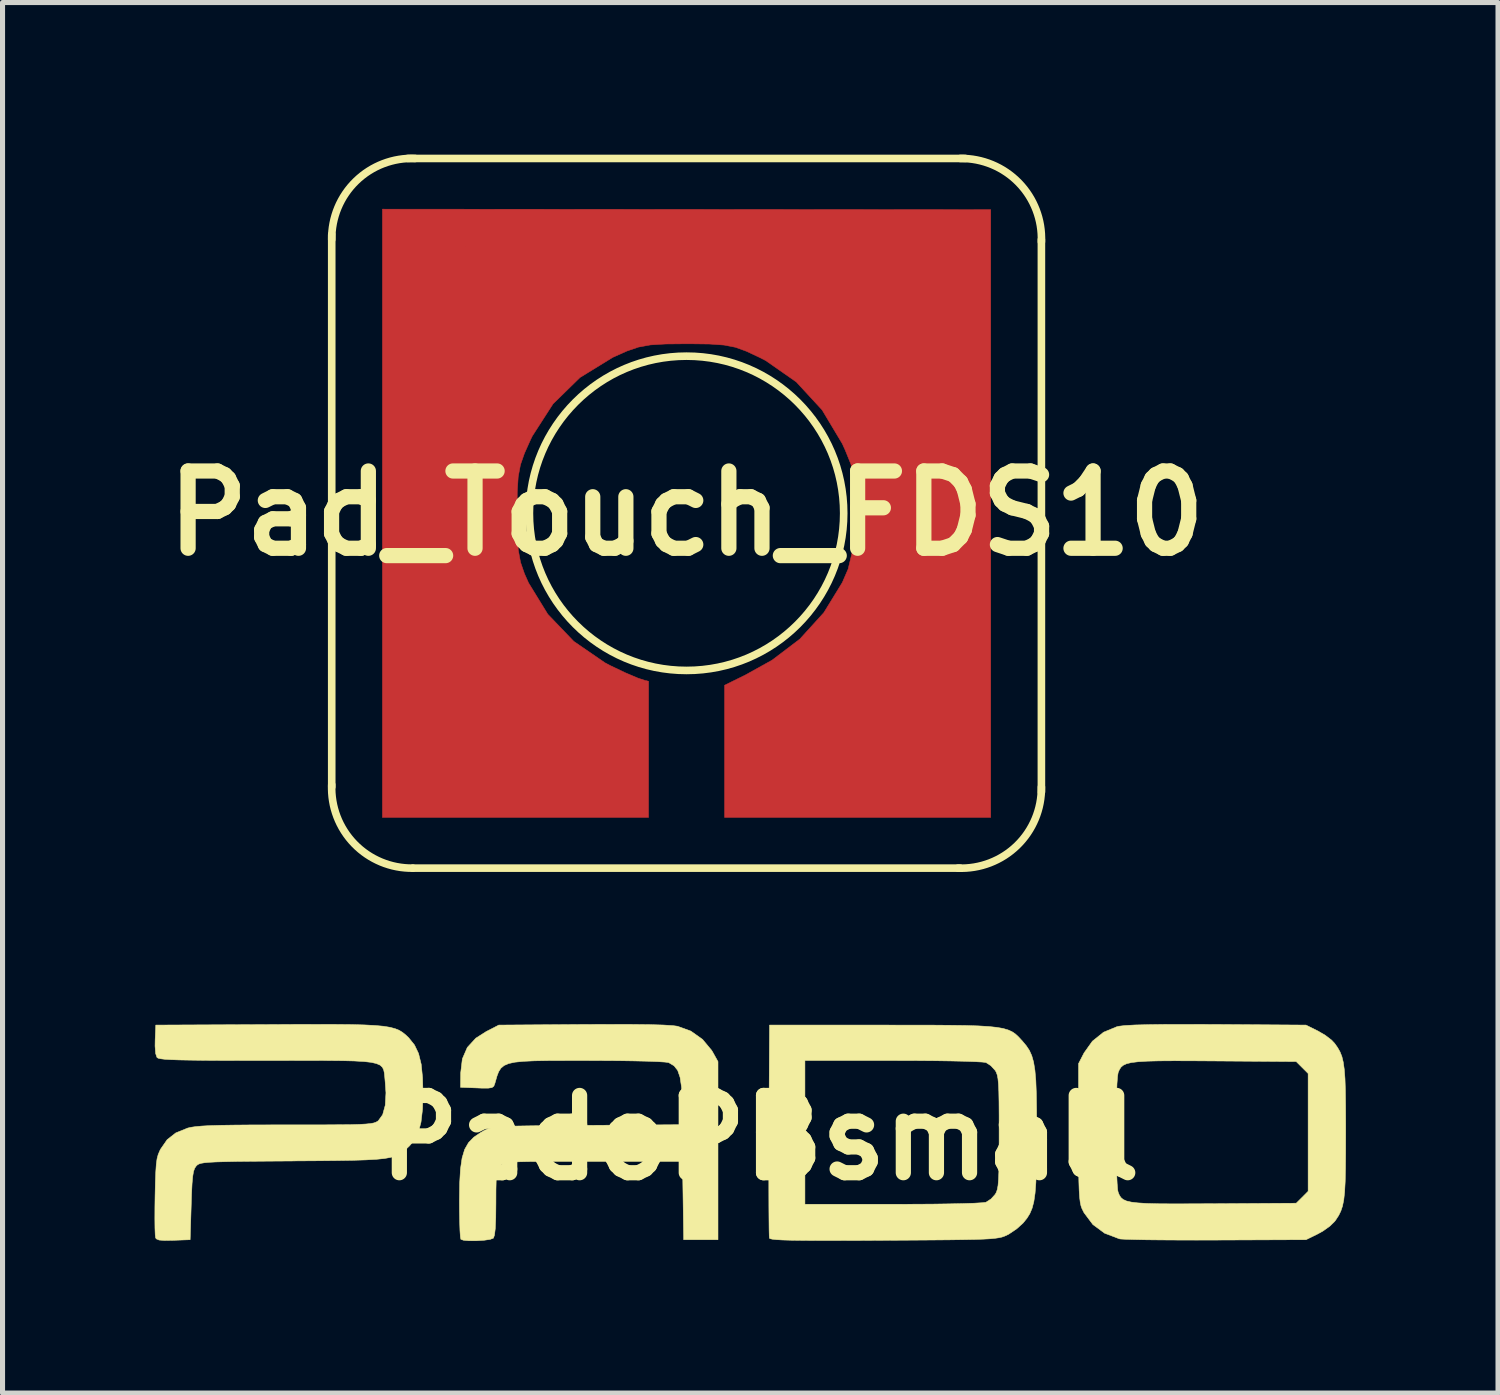
<source format=kicad_pcb>
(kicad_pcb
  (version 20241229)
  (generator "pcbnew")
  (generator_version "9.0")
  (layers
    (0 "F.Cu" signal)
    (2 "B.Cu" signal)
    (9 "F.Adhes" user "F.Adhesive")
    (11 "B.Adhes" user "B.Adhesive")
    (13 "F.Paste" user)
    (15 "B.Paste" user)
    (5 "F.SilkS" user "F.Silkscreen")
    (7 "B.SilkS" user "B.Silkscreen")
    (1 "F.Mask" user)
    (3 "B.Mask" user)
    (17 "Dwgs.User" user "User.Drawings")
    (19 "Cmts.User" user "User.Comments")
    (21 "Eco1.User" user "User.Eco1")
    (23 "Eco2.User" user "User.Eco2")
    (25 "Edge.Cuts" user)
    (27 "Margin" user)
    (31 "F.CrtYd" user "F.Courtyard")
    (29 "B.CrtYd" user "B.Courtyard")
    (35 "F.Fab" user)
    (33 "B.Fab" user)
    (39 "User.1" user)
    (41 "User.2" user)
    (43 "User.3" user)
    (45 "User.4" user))
  (footprint "Pad_Touch_FDS10"
    (layer "F.Cu")
    (at 10.494 7.076)
    (property "Reference" "Pad_Touch_FDS10" (at 0 0 0) (layer "F.SilkS") (effects (font (size 1.524 1.524) (thickness 0.3))))
    (attr through_hole)
    (fp_poly (pts (xy 6 6) (xy 0.75 6) (xy 0.75 3.392) (xy 1.16 3.19) (xy 1.687 2.897) (xy 2.235 2.481) (xy 2.708 1.96) (xy 3.073 1.365) (xy 3.187 1.101) (xy 3.286 0.691) (xy 3.332 0.133) (xy 3.335 -0.042) (xy 3.33 -0.435) (xy 3.303 -0.723) (xy 3.241 -0.972) (xy 3.13 -1.246) (xy 3.072 -1.374) (xy 2.674 -2.039) (xy 2.165 -2.591) (xy 1.561 -3.013) (xy 1.45 -3.07) (xy 1.185 -3.195) (xy 0.965 -3.275) (xy 0.74 -3.319) (xy 0.455 -3.339) (xy 0.06 -3.344) (xy 0.002 -3.344) (xy -0.413 -3.34) (xy -0.712 -3.322) (xy -0.948 -3.279) (xy -1.174 -3.202) (xy -1.443 -3.082) (xy -1.456 -3.076) (xy -2.102 -2.679) (xy -2.634 -2.159) (xy -3.043 -1.524) (xy -3.076 -1.456) (xy -3.198 -1.184) (xy -3.277 -0.957) (xy -3.321 -0.722) (xy -3.34 -0.427) (xy -3.344 -0.017) (xy -3.344 0) (xy -3.339 0.424) (xy -3.319 0.729) (xy -3.275 0.968) (xy -3.198 1.191) (xy -3.117 1.373) (xy -2.737 1.992) (xy -2.224 2.527) (xy -1.606 2.951) (xy -1.501 3.006) (xy -1.205 3.147) (xy -0.958 3.252) (xy -0.807 3.301) (xy -0.793 3.302) (xy -0.749 3.315) (xy -0.75 6) (xy -6 6) (xy -6 -6) (xy 6 -5.99)) (stroke (width 0.01) (type solid)) (fill yes) (layer "F.Cu"))
    (fp_poly (pts (xy 6 6) (xy 0.75 6) (xy 0.75 3.392) (xy 1.16 3.19) (xy 1.687 2.897) (xy 2.235 2.481) (xy 2.708 1.96) (xy 3.073 1.365) (xy 3.187 1.101) (xy 3.286 0.691) (xy 3.332 0.133) (xy 3.335 -0.042) (xy 3.33 -0.435) (xy 3.303 -0.723) (xy 3.241 -0.972) (xy 3.13 -1.246) (xy 3.072 -1.374) (xy 2.674 -2.039) (xy 2.165 -2.591) (xy 1.561 -3.013) (xy 1.45 -3.07) (xy 1.185 -3.195) (xy 0.965 -3.275) (xy 0.74 -3.319) (xy 0.455 -3.339) (xy 0.06 -3.344) (xy 0.002 -3.344) (xy -0.413 -3.34) (xy -0.712 -3.322) (xy -0.948 -3.279) (xy -1.174 -3.202) (xy -1.443 -3.082) (xy -1.456 -3.076) (xy -2.102 -2.679) (xy -2.634 -2.159) (xy -3.043 -1.524) (xy -3.076 -1.456) (xy -3.198 -1.184) (xy -3.277 -0.957) (xy -3.321 -0.722) (xy -3.34 -0.427) (xy -3.344 -0.017) (xy -3.344 0) (xy -3.339 0.424) (xy -3.319 0.729) (xy -3.275 0.968) (xy -3.198 1.191) (xy -3.117 1.373) (xy -2.737 1.992) (xy -2.224 2.527) (xy -1.606 2.951) (xy -1.501 3.006) (xy -1.205 3.147) (xy -0.958 3.252) (xy -0.807 3.301) (xy -0.793 3.302) (xy -0.749 3.315) (xy -0.75 6) (xy -6 6) (xy -6 -6) (xy 6 -5.99)) (stroke (width 0.01) (type solid)) (fill yes) (layer "F.Mask"))
    (fp_line (start -7 5.4) (end -7 -5.5) (stroke (width 0.15) (type solid)) (layer "F.SilkS"))
    (fp_line (start -5.5 -7) (end 5.5 -7) (stroke (width 0.15) (type solid)) (layer "F.SilkS"))
    (fp_line (start 5.4 7) (end -5.4 7) (stroke (width 0.15) (type solid)) (layer "F.SilkS"))
    (fp_line (start 7 -5.4) (end 7 5.5) (stroke (width 0.15) (type solid)) (layer "F.SilkS"))
    (fp_arc (start -7 -5.4) (mid -6.521355 -6.553402) (end -5.355221 -7.000133) (stroke (width 0.15) (type solid)) (layer "F.SilkS"))
    (fp_arc (start -5.399867 7) (mid -6.553269 6.521355) (end -7 5.355221) (stroke (width 0.15) (type solid)) (layer "F.SilkS"))
    (fp_arc (start 5.4 -7) (mid 6.553402 -6.521355) (end 7.000133 -5.355221) (stroke (width 0.15) (type solid)) (layer "F.SilkS"))
    (fp_arc (start 7 5.4) (mid 6.521355 6.553402) (end 5.355221 7.000133) (stroke (width 0.15) (type solid)) (layer "F.SilkS"))
    (fp_circle (center 0 0) (end 3.1 0) (stroke (width 0.15) (type solid)) (fill no) (layer "F.SilkS"))
    (fp_poly (pts (xy 6 6) (xy 0.75 6) (xy 0.75 3.392) (xy 1.16 3.19) (xy 1.687 2.897) (xy 2.235 2.481) (xy 2.708 1.96) (xy 3.073 1.365) (xy 3.187 1.101) (xy 3.286 0.691) (xy 3.332 0.133) (xy 3.335 -0.042) (xy 3.33 -0.435) (xy 3.303 -0.723) (xy 3.241 -0.972) (xy 3.13 -1.246) (xy 3.072 -1.374) (xy 2.674 -2.039) (xy 2.165 -2.591) (xy 1.561 -3.013) (xy 1.45 -3.07) (xy 1.185 -3.195) (xy 0.965 -3.275) (xy 0.74 -3.319) (xy 0.455 -3.339) (xy 0.06 -3.344) (xy 0.002 -3.344) (xy -0.413 -3.34) (xy -0.712 -3.322) (xy -0.948 -3.279) (xy -1.174 -3.202) (xy -1.443 -3.082) (xy -1.456 -3.076) (xy -2.102 -2.679) (xy -2.634 -2.159) (xy -3.043 -1.524) (xy -3.076 -1.456) (xy -3.198 -1.184) (xy -3.277 -0.957) (xy -3.321 -0.722) (xy -3.34 -0.427) (xy -3.344 -0.017) (xy -3.344 0) (xy -3.339 0.424) (xy -3.319 0.729) (xy -3.275 0.968) (xy -3.198 1.191) (xy -3.117 1.373) (xy -2.737 1.992) (xy -2.224 2.527) (xy -1.606 2.951) (xy -1.501 3.006) (xy -1.205 3.147) (xy -0.958 3.252) (xy -0.807 3.301) (xy -0.793 3.302) (xy -0.749 3.315) (xy -0.75 6) (xy -6 6) (xy -6 -6) (xy 6 -5.99)) (stroke (width 0.01) (type solid)) (fill yes) (layer "F.Paste"))
    (pad "1" smd circle (at -4.674 -4.572) (size 1.524 1.524) (layers "F.Cu" "F.Mask" "F.Paste")))
  (footprint "PadoPBsmall"
    (layer "F.Cu")
    (at 11.94 19.395)
    (property "Reference" "PadoPBsmall" (at 0 0 0) (layer "F.SilkS") (effects (font (size 1.524 1.524) (thickness 0.3))))
    (attr through_hole)
    (fp_poly (pts (xy 9.033 -2.235) (xy 9.043 -2.235) (xy 10.774 -2.223) (xy 11.008 -2.107) (xy 11.154 -2.022) (xy 11.28 -1.925) (xy 11.339 -1.862) (xy 11.398 -1.778) (xy 11.445 -1.695) (xy 11.482 -1.602) (xy 11.509 -1.49) (xy 11.529 -1.348) (xy 11.543 -1.166) (xy 11.551 -0.935) (xy 11.555 -0.643) (xy 11.557 -0.281) (xy 11.557 -0.106) (xy 11.556 0.289) (xy 11.553 0.609) (xy 11.547 0.864) (xy 11.536 1.066) (xy 11.519 1.223) (xy 11.494 1.347) (xy 11.461 1.446) (xy 11.419 1.532) (xy 11.365 1.615) (xy 11.339 1.651) (xy 11.247 1.741) (xy 11.112 1.838) (xy 11.008 1.896) (xy 10.774 2.011) (xy 8.996 2.018) (xy 8.611 2.019) (xy 8.249 2.018) (xy 7.919 2.016) (xy 7.631 2.013) (xy 7.394 2.008) (xy 7.218 2.003) (xy 7.113 1.997) (xy 7.091 1.993) (xy 6.801 1.883) (xy 6.569 1.711) (xy 6.394 1.477) (xy 6.354 1.397) (xy 6.335 1.344) (xy 6.32 1.273) (xy 6.308 1.174) (xy 6.299 1.038) (xy 6.293 0.856) (xy 6.289 0.617) (xy 6.287 0.314) (xy 6.287 -0.063) (xy 6.287 -0.069) (xy 7.028 -0.069) (xy 7.03 0.211) (xy 7.033 0.475) (xy 7.039 0.709) (xy 7.048 0.897) (xy 7.058 1.026) (xy 7.068 1.074) (xy 7.092 1.132) (xy 7.122 1.179) (xy 7.166 1.217) (xy 7.231 1.247) (xy 7.325 1.269) (xy 7.457 1.285) (xy 7.634 1.296) (xy 7.864 1.302) (xy 8.154 1.304) (xy 8.514 1.303) (xy 8.95 1.301) (xy 8.963 1.301) (xy 10.581 1.291) (xy 10.699 1.174) (xy 10.816 1.056) (xy 10.816 -1.268) (xy 10.699 -1.385) (xy 10.581 -1.503) (xy 8.974 -1.515) (xy 8.535 -1.518) (xy 8.172 -1.519) (xy 7.878 -1.517) (xy 7.645 -1.511) (xy 7.465 -1.5) (xy 7.331 -1.484) (xy 7.235 -1.461) (xy 7.168 -1.43) (xy 7.123 -1.391) (xy 7.092 -1.342) (xy 7.068 -1.286) (xy 7.056 -1.211) (xy 7.045 -1.065) (xy 7.038 -0.864) (xy 7.032 -0.621) (xy 7.029 -0.352) (xy 7.028 -0.069) (xy 6.287 -0.069) (xy 6.287 -0.107) (xy 6.287 -1.463) (xy 6.395 -1.673) (xy 6.56 -1.905) (xy 6.78 -2.082) (xy 7.041 -2.19) (xy 7.084 -2.2) (xy 7.201 -2.214) (xy 7.401 -2.225) (xy 7.684 -2.232) (xy 8.05 -2.237) (xy 8.499 -2.237) (xy 9.033 -2.235)) (stroke (width 0.01) (type solid)) (fill yes) (layer "F.SilkS"))
    (fp_poly (pts (xy -2.533 -2.236) (xy -2.176 -2.232) (xy -1.903 -2.224) (xy -1.714 -2.212) (xy -1.624 -2.2) (xy -1.361 -2.104) (xy -1.13 -1.94) (xy -0.95 -1.723) (xy -0.931 -1.691) (xy -0.826 -1.503) (xy -0.826 2.011) (xy -1.503 2.011) (xy -1.514 1.238) (xy -1.526 0.466) (xy -3.28 0.466) (xy -3.711 0.466) (xy -4.065 0.466) (xy -4.351 0.468) (xy -4.576 0.47) (xy -4.748 0.474) (xy -4.875 0.48) (xy -4.966 0.489) (xy -5.027 0.5) (xy -5.068 0.515) (xy -5.095 0.533) (xy -5.118 0.555) (xy -5.121 0.558) (xy -5.154 0.601) (xy -5.178 0.654) (xy -5.193 0.733) (xy -5.202 0.851) (xy -5.206 1.024) (xy -5.207 1.266) (xy -5.207 1.291) (xy -5.21 1.579) (xy -5.219 1.787) (xy -5.235 1.92) (xy -5.257 1.981) (xy -5.258 1.981) (xy -5.322 2.005) (xy -5.441 2.022) (xy -5.586 2.031) (xy -5.73 2.032) (xy -5.844 2.022) (xy -5.898 2.004) (xy -5.908 1.954) (xy -5.916 1.834) (xy -5.922 1.658) (xy -5.926 1.441) (xy -5.927 1.247) (xy -5.922 0.896) (xy -5.906 0.616) (xy -5.874 0.398) (xy -5.823 0.229) (xy -5.747 0.096) (xy -5.643 -0.011) (xy -5.506 -0.104) (xy -5.44 -0.142) (xy -5.397 -0.163) (xy -5.352 -0.182) (xy -5.295 -0.196) (xy -5.221 -0.208) (xy -5.119 -0.218) (xy -4.982 -0.225) (xy -4.803 -0.231) (xy -4.573 -0.235) (xy -4.284 -0.239) (xy -3.929 -0.242) (xy -3.498 -0.245) (xy -3.393 -0.245) (xy -1.515 -0.258) (xy -1.53 -0.734) (xy -1.545 -0.999) (xy -1.574 -1.193) (xy -1.621 -1.329) (xy -1.692 -1.419) (xy -1.79 -1.478) (xy -1.804 -1.484) (xy -1.872 -1.493) (xy -2.015 -1.502) (xy -2.223 -1.51) (xy -2.487 -1.516) (xy -2.797 -1.521) (xy -3.143 -1.523) (xy -3.392 -1.524) (xy -3.816 -1.524) (xy -4.164 -1.523) (xy -4.444 -1.518) (xy -4.664 -1.508) (xy -4.832 -1.491) (xy -4.957 -1.464) (xy -5.046 -1.425) (xy -5.108 -1.373) (xy -5.152 -1.305) (xy -5.185 -1.22) (xy -5.215 -1.115) (xy -5.229 -1.067) (xy -5.248 -1.018) (xy -5.285 -0.99) (xy -5.357 -0.979) (xy -5.485 -0.979) (xy -5.581 -0.983) (xy -5.905 -0.995) (xy -5.902 -1.279) (xy -5.869 -1.556) (xy -5.771 -1.782) (xy -5.603 -1.965) (xy -5.399 -2.095) (xy -5.15 -2.223) (xy -3.501 -2.235) (xy -2.975 -2.237) (xy -2.533 -2.236)) (stroke (width 0.01) (type solid)) (fill yes) (layer "F.SilkS"))
    (fp_poly (pts (xy 2.933 -2.222) (xy 3.375 -2.222) (xy 3.747 -2.219) (xy 4.056 -2.215) (xy 4.308 -2.207) (xy 4.511 -2.195) (xy 4.672 -2.178) (xy 4.799 -2.156) (xy 4.897 -2.127) (xy 4.975 -2.092) (xy 5.04 -2.048) (xy 5.098 -1.995) (xy 5.156 -1.932) (xy 5.181 -1.905) (xy 5.256 -1.815) (xy 5.317 -1.723) (xy 5.364 -1.619) (xy 5.4 -1.492) (xy 5.426 -1.332) (xy 5.444 -1.13) (xy 5.454 -0.875) (xy 5.459 -0.556) (xy 5.461 -0.165) (xy 5.461 -0.106) (xy 5.46 0.296) (xy 5.455 0.623) (xy 5.445 0.886) (xy 5.429 1.094) (xy 5.405 1.259) (xy 5.371 1.389) (xy 5.326 1.496) (xy 5.269 1.588) (xy 5.197 1.677) (xy 5.195 1.68) (xy 5.067 1.796) (xy 4.914 1.899) (xy 4.868 1.923) (xy 4.824 1.942) (xy 4.776 1.959) (xy 4.718 1.972) (xy 4.642 1.983) (xy 4.542 1.993) (xy 4.408 2) (xy 4.236 2.006) (xy 4.016 2.01) (xy 3.742 2.014) (xy 3.406 2.017) (xy 3.001 2.02) (xy 2.52 2.023) (xy 2.444 2.023) (xy 1.935 2.026) (xy 1.505 2.027) (xy 1.148 2.027) (xy 0.858 2.025) (xy 0.629 2.022) (xy 0.454 2.017) (xy 0.329 2.01) (xy 0.247 2.001) (xy 0.202 1.991) (xy 0.189 1.981) (xy 0.185 1.929) (xy 0.182 1.8) (xy 0.18 1.604) (xy 0.178 1.348) (xy 0.177 1.042) (xy 0.177 0.692) (xy 0.178 0.308) (xy 0.179 -0.102) (xy 0.179 -0.148) (xy 0.187 -1.524) (xy 0.889 -1.524) (xy 0.889 1.312) (xy 2.622 1.312) (xy 3.028 1.311) (xy 3.399 1.309) (xy 3.729 1.304) (xy 4.007 1.298) (xy 4.227 1.291) (xy 4.38 1.282) (xy 4.457 1.273) (xy 4.461 1.272) (xy 4.561 1.207) (xy 4.644 1.115) (xy 4.667 1.072) (xy 4.685 1.017) (xy 4.699 0.939) (xy 4.708 0.828) (xy 4.715 0.672) (xy 4.718 0.462) (xy 4.72 0.187) (xy 4.72 -0.106) (xy 4.72 -0.445) (xy 4.718 -0.709) (xy 4.714 -0.911) (xy 4.707 -1.059) (xy 4.697 -1.165) (xy 4.683 -1.238) (xy 4.664 -1.291) (xy 4.644 -1.327) (xy 4.556 -1.423) (xy 4.461 -1.484) (xy 4.394 -1.493) (xy 4.251 -1.501) (xy 4.04 -1.509) (xy 3.769 -1.515) (xy 3.446 -1.52) (xy 3.079 -1.523) (xy 2.677 -1.524) (xy 2.622 -1.524) (xy 0.889 -1.524) (xy 0.187 -1.524) (xy 0.191 -2.223) (xy 2.413 -2.223) (xy 2.933 -2.222)) (stroke (width 0.01) (type solid)) (fill yes) (layer "F.SilkS"))
    (fp_poly (pts (xy -8.369 -2.236) (xy -8.055 -2.233) (xy -7.799 -2.226) (xy -7.591 -2.215) (xy -7.426 -2.2) (xy -7.296 -2.179) (xy -7.195 -2.152) (xy -7.114 -2.119) (xy -7.048 -2.078) (xy -6.988 -2.03) (xy -6.928 -1.973) (xy -6.924 -1.968) (xy -6.813 -1.83) (xy -6.733 -1.662) (xy -6.681 -1.451) (xy -6.654 -1.183) (xy -6.646 -0.889) (xy -6.655 -0.563) (xy -6.685 -0.307) (xy -6.738 -0.107) (xy -6.818 0.049) (xy -6.91 0.158) (xy -6.979 0.224) (xy -7.043 0.279) (xy -7.11 0.324) (xy -7.189 0.36) (xy -7.287 0.388) (xy -7.413 0.41) (xy -7.575 0.426) (xy -7.78 0.437) (xy -8.038 0.445) (xy -8.356 0.45) (xy -8.742 0.454) (xy -9.204 0.457) (xy -9.214 0.458) (xy -9.655 0.461) (xy -10.019 0.464) (xy -10.314 0.467) (xy -10.548 0.472) (xy -10.728 0.477) (xy -10.862 0.484) (xy -10.958 0.493) (xy -11.024 0.504) (xy -11.067 0.518) (xy -11.096 0.535) (xy -11.118 0.556) (xy -11.119 0.557) (xy -11.149 0.601) (xy -11.172 0.664) (xy -11.188 0.76) (xy -11.201 0.902) (xy -11.211 1.105) (xy -11.218 1.327) (xy -11.239 2.011) (xy -11.568 2.023) (xy -11.743 2.026) (xy -11.85 2.018) (xy -11.906 1.995) (xy -11.921 1.973) (xy -11.928 1.912) (xy -11.933 1.781) (xy -11.935 1.596) (xy -11.934 1.37) (xy -11.931 1.156) (xy -11.925 0.881) (xy -11.917 0.675) (xy -11.907 0.525) (xy -11.892 0.415) (xy -11.87 0.332) (xy -11.84 0.261) (xy -11.823 0.226) (xy -11.692 0.037) (xy -11.522 -0.096) (xy -11.293 -0.189) (xy -11.289 -0.191) (xy -11.22 -0.207) (xy -11.128 -0.22) (xy -11.006 -0.231) (xy -10.844 -0.24) (xy -10.636 -0.246) (xy -10.372 -0.25) (xy -10.045 -0.253) (xy -9.647 -0.254) (xy -9.354 -0.254) (xy -8.926 -0.254) (xy -8.575 -0.255) (xy -8.292 -0.257) (xy -8.069 -0.259) (xy -7.898 -0.264) (xy -7.772 -0.271) (xy -7.681 -0.28) (xy -7.617 -0.292) (xy -7.574 -0.307) (xy -7.541 -0.325) (xy -7.526 -0.337) (xy -7.441 -0.455) (xy -7.39 -0.641) (xy -7.376 -0.886) (xy -7.392 -1.109) (xy -7.4 -1.2) (xy -7.408 -1.277) (xy -7.421 -1.34) (xy -7.447 -1.392) (xy -7.492 -1.433) (xy -7.564 -1.464) (xy -7.668 -1.488) (xy -7.812 -1.504) (xy -8.003 -1.515) (xy -8.246 -1.521) (xy -8.549 -1.524) (xy -8.919 -1.525) (xy -9.362 -1.524) (xy -9.71 -1.524) (xy -10.201 -1.524) (xy -10.614 -1.525) (xy -10.955 -1.527) (xy -11.232 -1.531) (xy -11.45 -1.535) (xy -11.616 -1.541) (xy -11.736 -1.548) (xy -11.818 -1.558) (xy -11.868 -1.569) (xy -11.892 -1.583) (xy -11.893 -1.584) (xy -11.92 -1.663) (xy -11.931 -1.809) (xy -11.929 -1.933) (xy -11.917 -2.223) (xy -9.717 -2.233) (xy -9.192 -2.236) (xy -8.745 -2.237) (xy -8.369 -2.236)) (stroke (width 0.01) (type solid)) (fill yes) (layer "F.SilkS")))
  (gr_rect
    (start -3 -3)
    (end 26.502 24.432)
    (stroke (width 0.1) (type default))
    (fill no)
    (layer "Edge.Cuts")))
</source>
